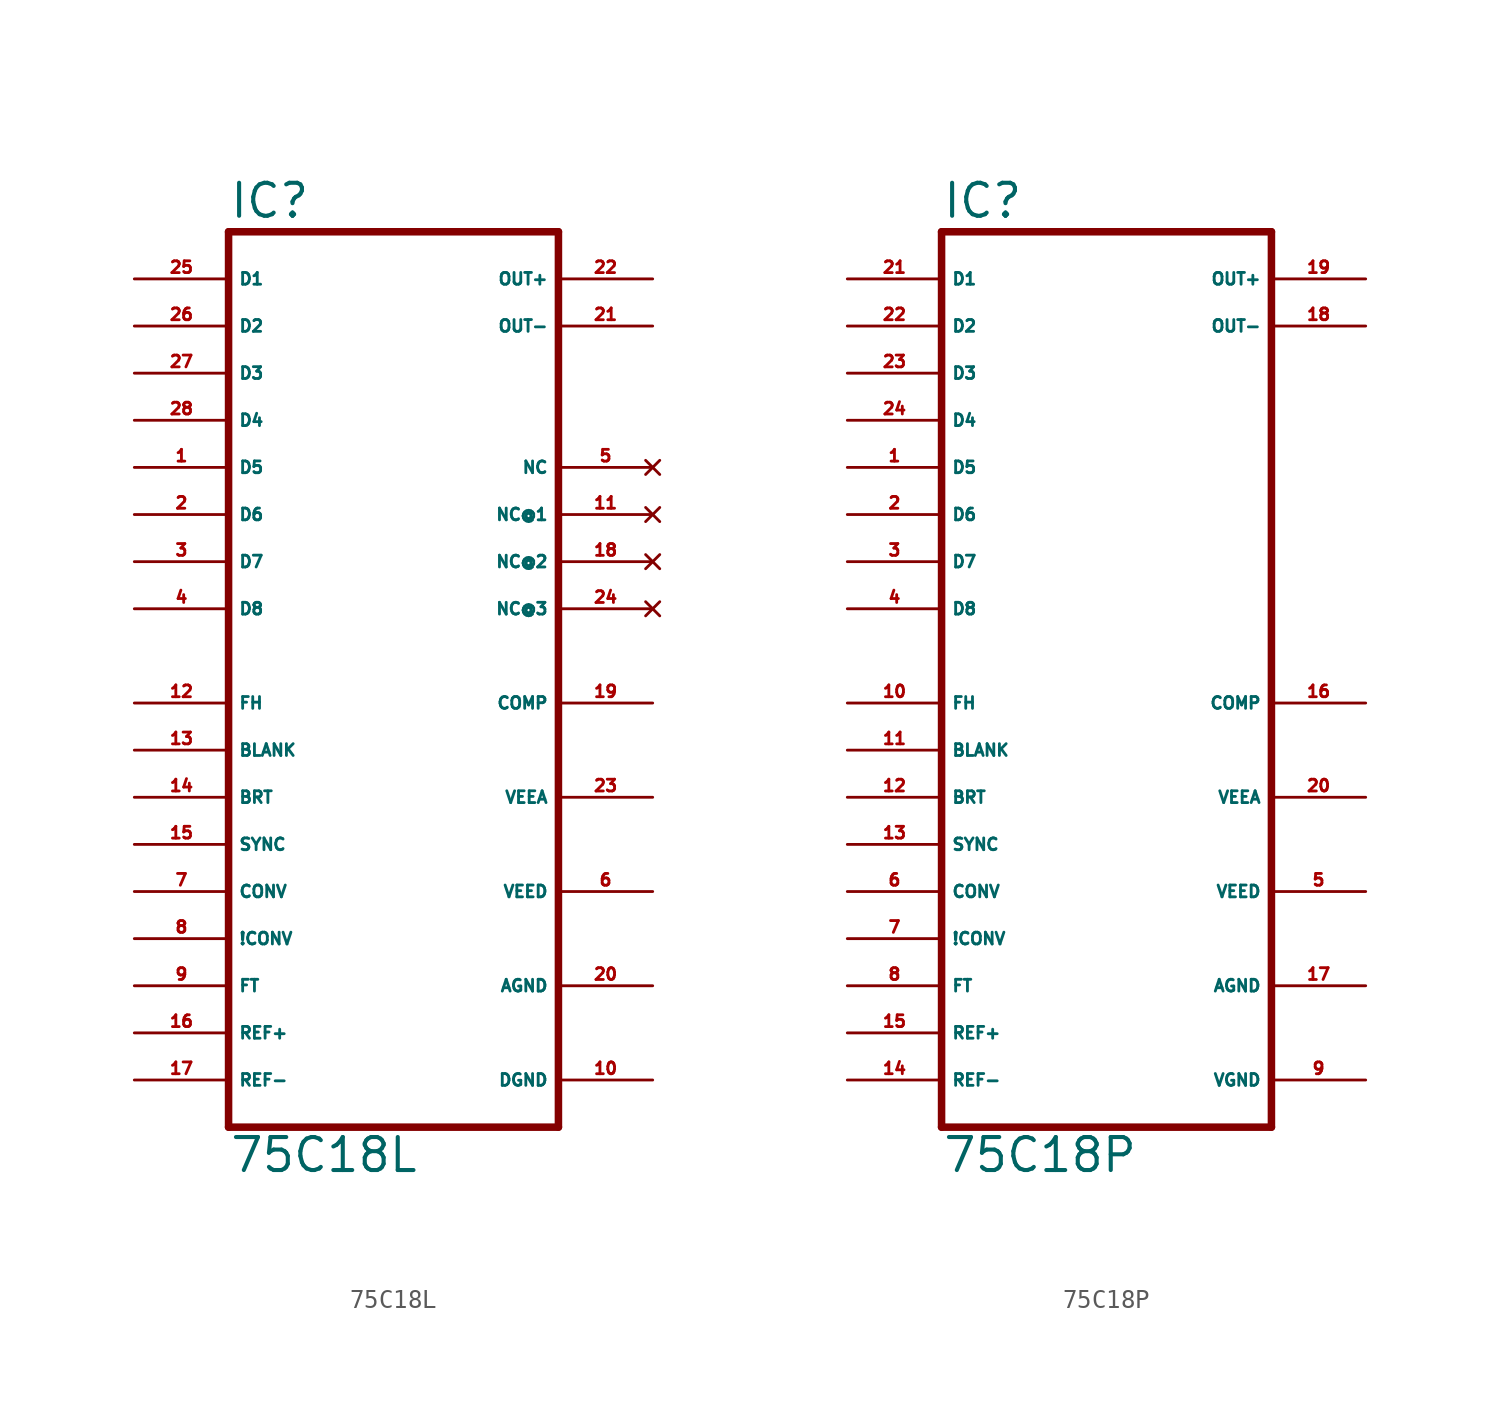
<source format=kicad_sym>
(kicad_symbol_lib
  (version 20220914)
  (generator Eagle2Kicad)
  (symbol "75C18L"
    (property "Reference" "IC"
      (at -7.62 26.035 0)
      (effects (font (size 1.778 1.778) (thickness 0.22)) (justify left bottom)))
    (property "Value" "75C18L"
      (at -7.62 -25.4 0)
      (effects (font (size 1.778 1.778) (thickness 0.22)) (justify left bottom)))
    (polyline
      (pts (xy -7.62 25.4) (xy 10.16 25.4))
      (stroke (width 0.406) (type default))
      (fill (type none)))
    (polyline
      (pts (xy 10.16 25.4) (xy 10.16 -22.86))
      (stroke (width 0.406) (type default))
      (fill (type none)))
    (polyline
      (pts (xy 10.16 -22.86) (xy -7.62 -22.86))
      (stroke (width 0.406) (type default))
      (fill (type none)))
    (polyline
      (pts (xy -7.62 -22.86) (xy -7.62 25.4))
      (stroke (width 0.406) (type default))
      (fill (type none)))
    (pin input line
      (at -12.7 22.86 0)
      (length 5.08)
      (name "D1" (effects (font (size 0.635 0.635) (thickness 0.08)) (justify left bottom)))
      (number "25" (effects (font (size 0.635 0.635) (thickness 0.08)) (justify left bottom))))
    (pin input line
      (at -12.7 20.32 0)
      (length 5.08)
      (name "D2" (effects (font (size 0.635 0.635) (thickness 0.08)) (justify left bottom)))
      (number "26" (effects (font (size 0.635 0.635) (thickness 0.08)) (justify left bottom))))
    (pin input line
      (at -12.7 17.78 0)
      (length 5.08)
      (name "D3" (effects (font (size 0.635 0.635) (thickness 0.08)) (justify left bottom)))
      (number "27" (effects (font (size 0.635 0.635) (thickness 0.08)) (justify left bottom))))
    (pin input line
      (at -12.7 15.24 0)
      (length 5.08)
      (name "D4" (effects (font (size 0.635 0.635) (thickness 0.08)) (justify left bottom)))
      (number "28" (effects (font (size 0.635 0.635) (thickness 0.08)) (justify left bottom))))
    (pin input line
      (at -12.7 12.7 0)
      (length 5.08)
      (name "D5" (effects (font (size 0.635 0.635) (thickness 0.08)) (justify left bottom)))
      (number "1" (effects (font (size 0.635 0.635) (thickness 0.08)) (justify left bottom))))
    (pin input line
      (at -12.7 10.16 0)
      (length 5.08)
      (name "D6" (effects (font (size 0.635 0.635) (thickness 0.08)) (justify left bottom)))
      (number "2" (effects (font (size 0.635 0.635) (thickness 0.08)) (justify left bottom))))
    (pin input line
      (at -12.7 7.62 0)
      (length 5.08)
      (name "D7" (effects (font (size 0.635 0.635) (thickness 0.08)) (justify left bottom)))
      (number "3" (effects (font (size 0.635 0.635) (thickness 0.08)) (justify left bottom))))
    (pin input line
      (at -12.7 5.08 0)
      (length 5.08)
      (name "D8" (effects (font (size 0.635 0.635) (thickness 0.08)) (justify left bottom)))
      (number "4" (effects (font (size 0.635 0.635) (thickness 0.08)) (justify left bottom))))
    (pin input line
      (at -12.7 0 0)
      (length 5.08)
      (name "FH" (effects (font (size 0.635 0.635) (thickness 0.08)) (justify left bottom)))
      (number "12" (effects (font (size 0.635 0.635) (thickness 0.08)) (justify left bottom))))
    (pin input line
      (at -12.7 -2.54 0)
      (length 5.08)
      (name "BLANK" (effects (font (size 0.635 0.635) (thickness 0.08)) (justify left bottom)))
      (number "13" (effects (font (size 0.635 0.635) (thickness 0.08)) (justify left bottom))))
    (pin input line
      (at -12.7 -5.08 0)
      (length 5.08)
      (name "BRT" (effects (font (size 0.635 0.635) (thickness 0.08)) (justify left bottom)))
      (number "14" (effects (font (size 0.635 0.635) (thickness 0.08)) (justify left bottom))))
    (pin input line
      (at -12.7 -7.62 0)
      (length 5.08)
      (name "SYNC" (effects (font (size 0.635 0.635) (thickness 0.08)) (justify left bottom)))
      (number "15" (effects (font (size 0.635 0.635) (thickness 0.08)) (justify left bottom))))
    (pin input line
      (at -12.7 -10.16 0)
      (length 5.08)
      (name "CONV" (effects (font (size 0.635 0.635) (thickness 0.08)) (justify left bottom)))
      (number "7" (effects (font (size 0.635 0.635) (thickness 0.08)) (justify left bottom))))
    (pin input line
      (at -12.7 -12.7 0)
      (length 5.08)
      (name "!CONV" (effects (font (size 0.635 0.635) (thickness 0.08)) (justify left bottom)))
      (number "8" (effects (font (size 0.635 0.635) (thickness 0.08)) (justify left bottom))))
    (pin input line
      (at -12.7 -15.24 0)
      (length 5.08)
      (name "FT" (effects (font (size 0.635 0.635) (thickness 0.08)) (justify left bottom)))
      (number "9" (effects (font (size 0.635 0.635) (thickness 0.08)) (justify left bottom))))
    (pin unspecified line
      (at 15.24 -5.08 180)
      (length 5.08)
      (name "VEEA" (effects (font (size 0.635 0.635) (thickness 0.08)) (justify left bottom)))
      (number "23" (effects (font (size 0.635 0.635) (thickness 0.08)) (justify left bottom))))
    (pin unspecified line
      (at 15.24 -10.16 180)
      (length 5.08)
      (name "VEED" (effects (font (size 0.635 0.635) (thickness 0.08)) (justify left bottom)))
      (number "6" (effects (font (size 0.635 0.635) (thickness 0.08)) (justify left bottom))))
    (pin unspecified line
      (at 15.24 -15.24 180)
      (length 5.08)
      (name "AGND" (effects (font (size 0.635 0.635) (thickness 0.08)) (justify left bottom)))
      (number "20" (effects (font (size 0.635 0.635) (thickness 0.08)) (justify left bottom))))
    (pin unspecified line
      (at 15.24 -20.32 180)
      (length 5.08)
      (name "DGND" (effects (font (size 0.635 0.635) (thickness 0.08)) (justify left bottom)))
      (number "10" (effects (font (size 0.635 0.635) (thickness 0.08)) (justify left bottom))))
    (pin input line
      (at -12.7 -17.78 0)
      (length 5.08)
      (name "REF+" (effects (font (size 0.635 0.635) (thickness 0.08)) (justify left bottom)))
      (number "16" (effects (font (size 0.635 0.635) (thickness 0.08)) (justify left bottom))))
    (pin input line
      (at -12.7 -20.32 0)
      (length 5.08)
      (name "REF-" (effects (font (size 0.635 0.635) (thickness 0.08)) (justify left bottom)))
      (number "17" (effects (font (size 0.635 0.635) (thickness 0.08)) (justify left bottom))))
    (pin output line
      (at 15.24 22.86 180)
      (length 5.08)
      (name "OUT+" (effects (font (size 0.635 0.635) (thickness 0.08)) (justify left bottom)))
      (number "22" (effects (font (size 0.635 0.635) (thickness 0.08)) (justify left bottom))))
    (pin output line
      (at 15.24 20.32 180)
      (length 5.08)
      (name "OUT-" (effects (font (size 0.635 0.635) (thickness 0.08)) (justify left bottom)))
      (number "21" (effects (font (size 0.635 0.635) (thickness 0.08)) (justify left bottom))))
    (pin passive line
      (at 15.24 0 180)
      (length 5.08)
      (name "COMP" (effects (font (size 0.635 0.635) (thickness 0.08)) (justify left bottom)))
      (number "19" (effects (font (size 0.635 0.635) (thickness 0.08)) (justify left bottom))))
    (pin no_connect line
      (at 15.24 5.08 180)
      (length 5.08)
      (name "NC@3" (effects (font (size 0.635 0.635) (thickness 0.08)) (justify left bottom) hide))
      (number "24" (effects (font (size 0.635 0.635) (thickness 0.08)) (justify left bottom) hide)))
    (pin no_connect line
      (at 15.24 7.62 180)
      (length 5.08)
      (name "NC@2" (effects (font (size 0.635 0.635) (thickness 0.08)) (justify left bottom) hide))
      (number "18" (effects (font (size 0.635 0.635) (thickness 0.08)) (justify left bottom) hide)))
    (pin no_connect line
      (at 15.24 10.16 180)
      (length 5.08)
      (name "NC@1" (effects (font (size 0.635 0.635) (thickness 0.08)) (justify left bottom) hide))
      (number "11" (effects (font (size 0.635 0.635) (thickness 0.08)) (justify left bottom) hide)))
    (pin no_connect line
      (at 15.24 12.7 180)
      (length 5.08)
      (name "NC" (effects (font (size 0.635 0.635) (thickness 0.08)) (justify left bottom) hide))
      (number "5" (effects (font (size 0.635 0.635) (thickness 0.08)) (justify left bottom) hide))))
  (symbol "75C18P"
    (property "Reference" "IC"
      (at -7.62 26.035 0)
      (effects (font (size 1.778 1.778) (thickness 0.22)) (justify left bottom)))
    (property "Value" "75C18P"
      (at -7.62 -25.4 0)
      (effects (font (size 1.778 1.778) (thickness 0.22)) (justify left bottom)))
    (polyline
      (pts (xy -7.62 25.4) (xy 10.16 25.4))
      (stroke (width 0.406) (type default))
      (fill (type none)))
    (polyline
      (pts (xy 10.16 25.4) (xy 10.16 -22.86))
      (stroke (width 0.406) (type default))
      (fill (type none)))
    (polyline
      (pts (xy 10.16 -22.86) (xy -7.62 -22.86))
      (stroke (width 0.406) (type default))
      (fill (type none)))
    (polyline
      (pts (xy -7.62 -22.86) (xy -7.62 25.4))
      (stroke (width 0.406) (type default))
      (fill (type none)))
    (pin input line
      (at -12.7 22.86 0)
      (length 5.08)
      (name "D1" (effects (font (size 0.635 0.635) (thickness 0.08)) (justify left bottom)))
      (number "21" (effects (font (size 0.635 0.635) (thickness 0.08)) (justify left bottom))))
    (pin input line
      (at -12.7 20.32 0)
      (length 5.08)
      (name "D2" (effects (font (size 0.635 0.635) (thickness 0.08)) (justify left bottom)))
      (number "22" (effects (font (size 0.635 0.635) (thickness 0.08)) (justify left bottom))))
    (pin input line
      (at -12.7 17.78 0)
      (length 5.08)
      (name "D3" (effects (font (size 0.635 0.635) (thickness 0.08)) (justify left bottom)))
      (number "23" (effects (font (size 0.635 0.635) (thickness 0.08)) (justify left bottom))))
    (pin input line
      (at -12.7 15.24 0)
      (length 5.08)
      (name "D4" (effects (font (size 0.635 0.635) (thickness 0.08)) (justify left bottom)))
      (number "24" (effects (font (size 0.635 0.635) (thickness 0.08)) (justify left bottom))))
    (pin input line
      (at -12.7 12.7 0)
      (length 5.08)
      (name "D5" (effects (font (size 0.635 0.635) (thickness 0.08)) (justify left bottom)))
      (number "1" (effects (font (size 0.635 0.635) (thickness 0.08)) (justify left bottom))))
    (pin input line
      (at -12.7 10.16 0)
      (length 5.08)
      (name "D6" (effects (font (size 0.635 0.635) (thickness 0.08)) (justify left bottom)))
      (number "2" (effects (font (size 0.635 0.635) (thickness 0.08)) (justify left bottom))))
    (pin input line
      (at -12.7 7.62 0)
      (length 5.08)
      (name "D7" (effects (font (size 0.635 0.635) (thickness 0.08)) (justify left bottom)))
      (number "3" (effects (font (size 0.635 0.635) (thickness 0.08)) (justify left bottom))))
    (pin input line
      (at -12.7 5.08 0)
      (length 5.08)
      (name "D8" (effects (font (size 0.635 0.635) (thickness 0.08)) (justify left bottom)))
      (number "4" (effects (font (size 0.635 0.635) (thickness 0.08)) (justify left bottom))))
    (pin input line
      (at -12.7 0 0)
      (length 5.08)
      (name "FH" (effects (font (size 0.635 0.635) (thickness 0.08)) (justify left bottom)))
      (number "10" (effects (font (size 0.635 0.635) (thickness 0.08)) (justify left bottom))))
    (pin input line
      (at -12.7 -2.54 0)
      (length 5.08)
      (name "BLANK" (effects (font (size 0.635 0.635) (thickness 0.08)) (justify left bottom)))
      (number "11" (effects (font (size 0.635 0.635) (thickness 0.08)) (justify left bottom))))
    (pin input line
      (at -12.7 -5.08 0)
      (length 5.08)
      (name "BRT" (effects (font (size 0.635 0.635) (thickness 0.08)) (justify left bottom)))
      (number "12" (effects (font (size 0.635 0.635) (thickness 0.08)) (justify left bottom))))
    (pin input line
      (at -12.7 -7.62 0)
      (length 5.08)
      (name "SYNC" (effects (font (size 0.635 0.635) (thickness 0.08)) (justify left bottom)))
      (number "13" (effects (font (size 0.635 0.635) (thickness 0.08)) (justify left bottom))))
    (pin input line
      (at -12.7 -10.16 0)
      (length 5.08)
      (name "CONV" (effects (font (size 0.635 0.635) (thickness 0.08)) (justify left bottom)))
      (number "6" (effects (font (size 0.635 0.635) (thickness 0.08)) (justify left bottom))))
    (pin input line
      (at -12.7 -12.7 0)
      (length 5.08)
      (name "!CONV" (effects (font (size 0.635 0.635) (thickness 0.08)) (justify left bottom)))
      (number "7" (effects (font (size 0.635 0.635) (thickness 0.08)) (justify left bottom))))
    (pin input line
      (at -12.7 -15.24 0)
      (length 5.08)
      (name "FT" (effects (font (size 0.635 0.635) (thickness 0.08)) (justify left bottom)))
      (number "8" (effects (font (size 0.635 0.635) (thickness 0.08)) (justify left bottom))))
    (pin unspecified line
      (at 15.24 -5.08 180)
      (length 5.08)
      (name "VEEA" (effects (font (size 0.635 0.635) (thickness 0.08)) (justify left bottom)))
      (number "20" (effects (font (size 0.635 0.635) (thickness 0.08)) (justify left bottom))))
    (pin unspecified line
      (at 15.24 -10.16 180)
      (length 5.08)
      (name "VEED" (effects (font (size 0.635 0.635) (thickness 0.08)) (justify left bottom)))
      (number "5" (effects (font (size 0.635 0.635) (thickness 0.08)) (justify left bottom))))
    (pin unspecified line
      (at 15.24 -15.24 180)
      (length 5.08)
      (name "AGND" (effects (font (size 0.635 0.635) (thickness 0.08)) (justify left bottom)))
      (number "17" (effects (font (size 0.635 0.635) (thickness 0.08)) (justify left bottom))))
    (pin unspecified line
      (at 15.24 -20.32 180)
      (length 5.08)
      (name "VGND" (effects (font (size 0.635 0.635) (thickness 0.08)) (justify left bottom)))
      (number "9" (effects (font (size 0.635 0.635) (thickness 0.08)) (justify left bottom))))
    (pin input line
      (at -12.7 -17.78 0)
      (length 5.08)
      (name "REF+" (effects (font (size 0.635 0.635) (thickness 0.08)) (justify left bottom)))
      (number "15" (effects (font (size 0.635 0.635) (thickness 0.08)) (justify left bottom))))
    (pin input line
      (at -12.7 -20.32 0)
      (length 5.08)
      (name "REF-" (effects (font (size 0.635 0.635) (thickness 0.08)) (justify left bottom)))
      (number "14" (effects (font (size 0.635 0.635) (thickness 0.08)) (justify left bottom))))
    (pin output line
      (at 15.24 22.86 180)
      (length 5.08)
      (name "OUT+" (effects (font (size 0.635 0.635) (thickness 0.08)) (justify left bottom)))
      (number "19" (effects (font (size 0.635 0.635) (thickness 0.08)) (justify left bottom))))
    (pin output line
      (at 15.24 20.32 180)
      (length 5.08)
      (name "OUT-" (effects (font (size 0.635 0.635) (thickness 0.08)) (justify left bottom)))
      (number "18" (effects (font (size 0.635 0.635) (thickness 0.08)) (justify left bottom))))
    (pin passive line
      (at 15.24 0 180)
      (length 5.08)
      (name "COMP" (effects (font (size 0.635 0.635) (thickness 0.08)) (justify left bottom)))
      (number "16" (effects (font (size 0.635 0.635) (thickness 0.08)) (justify left bottom))))))
</source>
